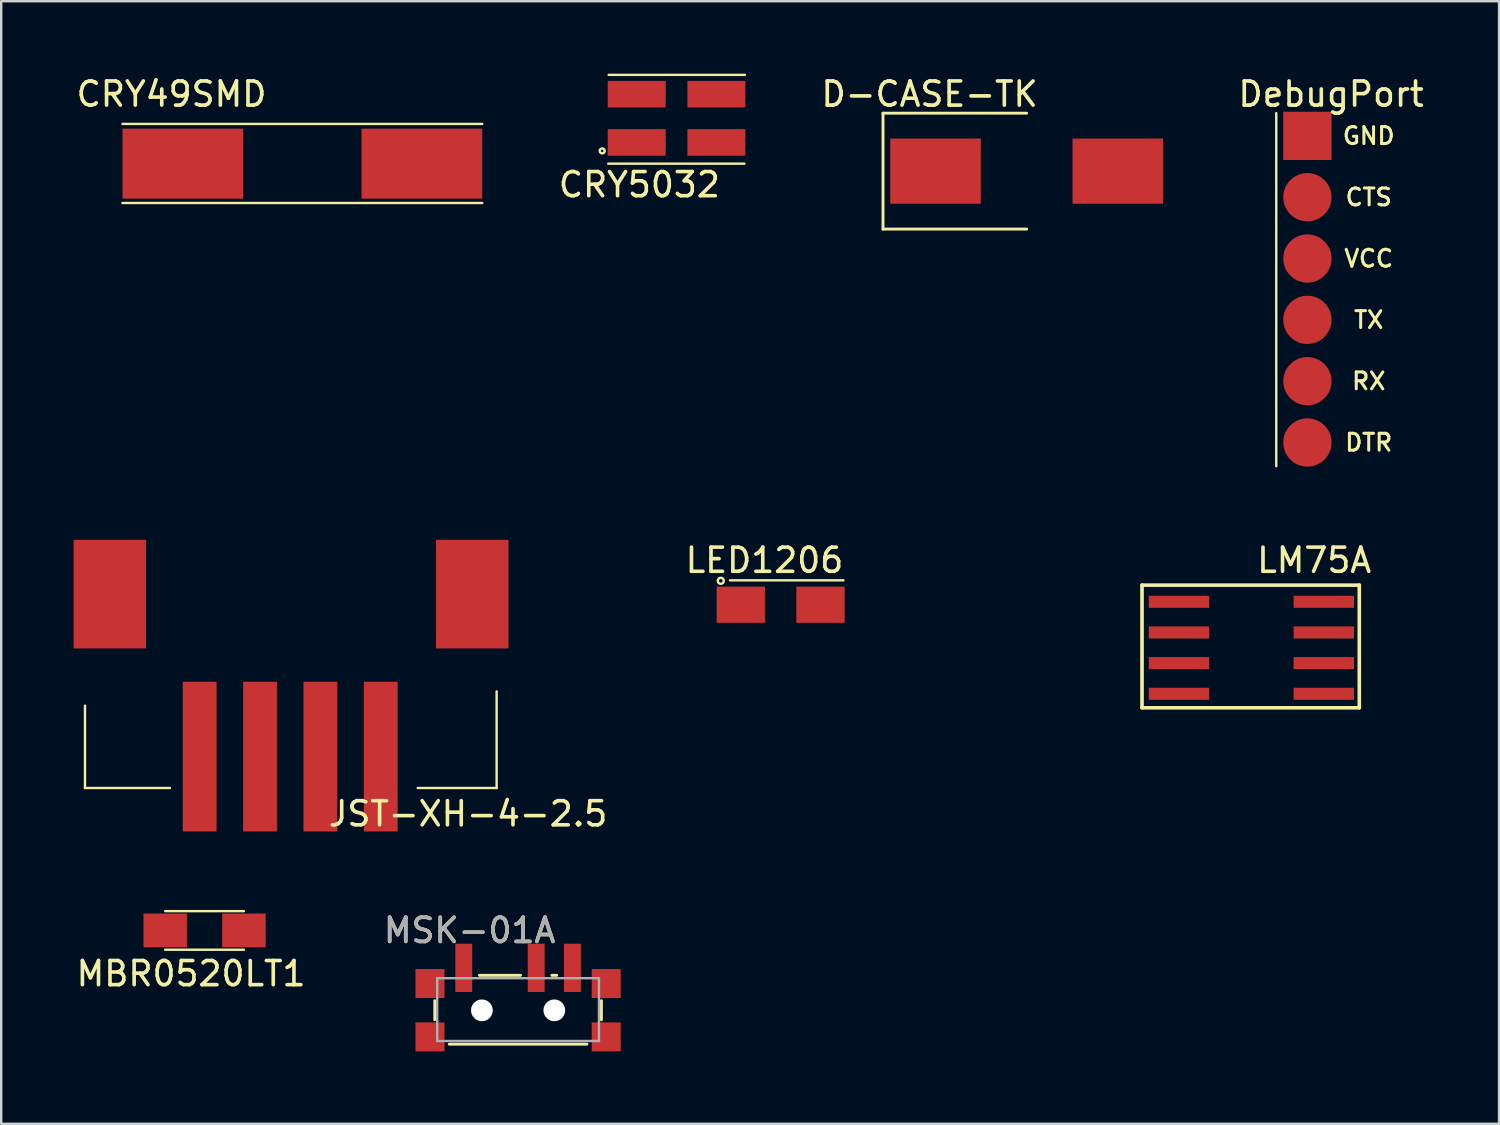
<source format=kicad_pcb>
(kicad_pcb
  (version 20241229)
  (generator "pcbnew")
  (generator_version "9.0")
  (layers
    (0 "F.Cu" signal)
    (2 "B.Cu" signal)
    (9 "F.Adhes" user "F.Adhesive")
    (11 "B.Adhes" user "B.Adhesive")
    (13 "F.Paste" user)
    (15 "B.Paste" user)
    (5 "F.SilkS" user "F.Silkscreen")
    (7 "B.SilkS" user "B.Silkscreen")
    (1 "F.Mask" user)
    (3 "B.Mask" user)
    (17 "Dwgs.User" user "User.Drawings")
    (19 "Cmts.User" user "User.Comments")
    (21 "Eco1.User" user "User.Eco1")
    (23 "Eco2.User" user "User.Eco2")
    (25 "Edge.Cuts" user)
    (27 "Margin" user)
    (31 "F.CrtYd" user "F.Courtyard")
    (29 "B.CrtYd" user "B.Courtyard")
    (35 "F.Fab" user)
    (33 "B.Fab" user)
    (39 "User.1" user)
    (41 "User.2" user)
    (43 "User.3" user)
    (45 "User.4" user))
  (footprint "MSK-01A"
    (layer "F.Cu")
    (at 18.409 38.467)
    (property "Reference" "MSK-01A" (at -2.01 -2.98 0) (layer "F.SilkS") (effects (font (size 1 1) (thickness 0.15))))
    (attr smd)
    (fp_line (start -3.45 -0.07) (end -3.45 0.72) (stroke (width 0.12) (type solid)) (layer "F.SilkS"))
    (fp_line (start -2.85 1.73) (end 2.85 1.73) (stroke (width 0.12) (type solid)) (layer "F.SilkS"))
    (fp_line (start -1.6 -1.12) (end 0.1 -1.12) (stroke (width 0.12) (type solid)) (layer "F.SilkS"))
    (fp_line (start 1.4 -1.12) (end 1.6 -1.12) (stroke (width 0.12) (type solid)) (layer "F.SilkS"))
    (fp_line (start 3.45 0.72) (end 3.45 -0.07) (stroke (width 0.12) (type solid)) (layer "F.SilkS"))
    (fp_line (start -3.35 -1) (end -3.35 1.6) (stroke (width 0.1) (type solid)) (layer "F.Fab"))
    (fp_line (start -3.35 1.6) (end 3.35 1.6) (stroke (width 0.1) (type solid)) (layer "F.Fab"))
    (fp_line (start 3.35 -1) (end -3.35 -1) (stroke (width 0.1) (type solid)) (layer "F.Fab"))
    (fp_line (start 3.35 1.6) (end 3.35 -1) (stroke (width 0.1) (type solid)) (layer "F.Fab"))
    (fp_text user "${REFERENCE}" (at -2.01 -2.98 0) (layer "F.Fab") (effects (font (size 1 1) (thickness 0.15))))
    (pad "" smd rect (at -3.65 -0.78) (size 1.2 1.2) (layers "F.Cu" "F.Mask" "F.Paste"))
    (pad "" smd rect (at -3.65 1.43) (size 1.2 1.2) (layers "F.Cu" "F.Mask" "F.Paste"))
    (pad "" np_thru_hole circle (at -1.5 0.33) (size 0.9 0.9) (drill 0.9) (layers "*.Cu" "*.Mask"))
    (pad "" np_thru_hole circle (at 1.5 0.33) (size 0.9 0.9) (drill 0.9) (layers "*.Cu" "*.Mask"))
    (pad "" smd rect (at 3.65 -0.78) (size 1.2 1.2) (layers "F.Cu" "F.Mask" "F.Paste"))
    (pad "" smd rect (at 3.65 1.43) (size 1.2 1.2) (layers "F.Cu" "F.Mask" "F.Paste"))
    (pad "1" smd rect (at -2.25 -1.43) (size 0.7 2) (layers "F.Cu" "F.Mask" "F.Paste"))
    (pad "2" smd rect (at 0.75 -1.43) (size 0.7 2) (layers "F.Cu" "F.Mask" "F.Paste"))
    (pad "3" smd rect (at 2.25 -1.43) (size 0.7 2) (layers "F.Cu" "F.Mask" "F.Paste")))
  (footprint "CRY49SMD"
    (layer "F.Cu")
    (at 2.024 5.178)
    (property "Reference" "CRY49SMD" (at 2.03 -4.33 0) (layer "F.SilkS") (effects (font (size 1 1) (thickness 0.15))))
    (attr through_hole)
    (fp_line (start 0 -3.095) (end 14.9 -3.095) (stroke (width 0.1) (type solid)) (layer "F.SilkS"))
    (fp_line (start 0 0.18) (end 14.9 0.18) (stroke (width 0.1) (type solid)) (layer "F.SilkS"))
    (pad "1" smd rect (at 2.5 -1.45) (size 5 2.9) (layers "F.Cu" "F.Mask" "F.Paste"))
    (pad "2" smd rect (at 12.4 -1.45) (size 5 2.9) (layers "F.Cu" "F.Mask" "F.Paste")))
  (footprint "MBR0520LT1"
    (layer "F.Cu")
    (at 2.903 36.218)
    (property "Reference" "MBR0520LT1" (at 1.96 1.06 0) (layer "F.SilkS") (effects (font (size 1 1) (thickness 0.15))))
    (attr through_hole)
    (fp_line (start 0.89 -1.53) (end 4.15 -1.53) (stroke (width 0.1) (type solid)) (layer "F.SilkS"))
    (fp_line (start 4.15 0.07) (end 0.89 0.07) (stroke (width 0.1) (type solid)) (layer "F.SilkS"))
    (pad "1" smd rect (at 0.89 -0.73) (size 1.8 1.4) (layers "F.Cu" "F.Mask" "F.Paste"))
    (pad "2" smd rect (at 4.15 -0.73) (size 1.8 1.4) (layers "F.Cu" "F.Mask" "F.Paste")))
  (footprint "LM75A"
    (layer "F.Cu")
    (at 35.251 28.806)
    (property "Reference" "LM75A" (at 16.13 -8.65 0) (layer "F.SilkS") (effects (font (size 1 1) (thickness 0.15))))
    (attr through_hole)
    (fp_line (start 9 -7.62) (end 9 -2.54) (stroke (width 0.15) (type solid)) (layer "F.SilkS"))
    (fp_line (start 9 -2.54) (end 18 -2.54) (stroke (width 0.15) (type solid)) (layer "F.SilkS"))
    (fp_line (start 18 -7.62) (end 9 -7.62) (stroke (width 0.15) (type solid)) (layer "F.SilkS"))
    (fp_line (start 18 -2.54) (end 18 -7.62) (stroke (width 0.15) (type solid)) (layer "F.SilkS"))
    (pad "1" smd rect (at 10.53 -6.93) (size 2.5 0.5) (layers "F.Cu" "F.Mask" "F.Paste"))
    (pad "2" smd rect (at 10.53 -5.66) (size 2.5 0.5) (layers "F.Cu" "F.Mask" "F.Paste"))
    (pad "3" smd rect (at 10.53 -4.39) (size 2.5 0.5) (layers "F.Cu" "F.Mask" "F.Paste"))
    (pad "4" smd rect (at 10.53 -3.12) (size 2.5 0.5) (layers "F.Cu" "F.Mask" "F.Paste"))
    (pad "5" smd rect (at 16.53 -3.12) (size 2.5 0.5) (layers "F.Cu" "F.Mask" "F.Paste"))
    (pad "6" smd rect (at 16.53 -4.39) (size 2.5 0.5) (layers "F.Cu" "F.Mask" "F.Paste"))
    (pad "7" smd rect (at 16.53 -5.66) (size 2.5 0.5) (layers "F.Cu" "F.Mask" "F.Paste"))
    (pad "8" smd rect (at 16.53 -6.93) (size 2.5 0.5) (layers "F.Cu" "F.Mask" "F.Paste")))
  (footprint "LED1206"
    (layer "F.Cu")
    (at 29.284 21.997)
    (property "Reference" "LED1206" (at -0.67 -1.84 0) (layer "F.SilkS") (effects (font (size 1 1) (thickness 0.15))))
    (attr smd)
    (fp_line (start -2.1 -1.01) (end 2.6 -1.01) (stroke (width 0.1) (type solid)) (layer "F.SilkS"))
    (fp_circle (center -2.48 -0.99) (end -2.37 -0.93) (stroke (width 0.1) (type solid)) (fill no) (layer "F.SilkS"))
    (pad "1" smd rect (at -1.65 0 180) (size 2 1.5) (layers "F.Cu" "F.Mask" "F.Paste"))
    (pad "2" smd rect (at 1.65 0 180) (size 2 1.5) (layers "F.Cu" "F.Mask" "F.Paste")))
  (footprint "D-CASE-TK"
    (layer "F.Cu")
    (at 39.473 4.038)
    (property "Reference" "D-CASE-TK" (at -4.02 -3.19 0) (layer "F.SilkS") (effects (font (size 1 1) (thickness 0.15))))
    (attr smd)
    (fp_line (start -5.95 -2.4) (end -5.95 2.4) (stroke (width 0.12) (type solid)) (layer "F.SilkS"))
    (fp_line (start -5.95 -2.4) (end 0 -2.4) (stroke (width 0.12) (type solid)) (layer "F.SilkS"))
    (fp_line (start -5.95 2.4) (end 0 2.4) (stroke (width 0.12) (type solid)) (layer "F.SilkS"))
    (pad "1" smd rect (at -3.775 0) (size 3.75 2.7) (layers "F.Cu" "F.Mask" "F.Paste"))
    (pad "2" smd rect (at 3.775 0) (size 3.75 2.7) (layers "F.Cu" "F.Mask" "F.Paste")))
  (footprint "CRY5032"
    (layer "F.Cu")
    (at 22.122 3.4)
    (property "Reference" "CRY5032" (at 1.31 1.2 0) (layer "F.SilkS") (effects (font (size 1 1) (thickness 0.15))))
    (attr through_hole)
    (fp_line (start 0.02 0.33) (end 5.66 0.33) (stroke (width 0.1) (type solid)) (layer "F.SilkS"))
    (fp_line (start 0.04 -3.35) (end 5.68 -3.35) (stroke (width 0.1) (type solid)) (layer "F.SilkS"))
    (fp_circle (center -0.23 -0.2) (end -0.14 -0.15) (stroke (width 0.1) (type solid)) (fill no) (layer "F.SilkS"))
    (pad "1" smd rect (at 1.2 -0.55) (size 2.4 1.1) (layers "F.Cu" "F.Mask" "F.Paste"))
    (pad "2" smd rect (at 4.5 -0.55) (size 2.4 1.1) (layers "F.Cu" "F.Mask" "F.Paste"))
    (pad "3" smd rect (at 4.5 -2.55) (size 2.4 1.1) (layers "F.Cu" "F.Mask" "F.Paste"))
    (pad "4" smd rect (at 1.2 -2.55) (size 2.4 1.1) (layers "F.Cu" "F.Mask" "F.Paste")))
  (footprint "JST-XH-4-2.5"
    (layer "F.Cu")
    (at 4.52 31.388)
    (property "Reference" "JST-XH-4-2.5" (at 11.82 -0.73 0) (layer "F.SilkS") (effects (font (size 1 1) (thickness 0.15))))
    (attr through_hole)
    (fp_line (start -4.05 -1.8) (end -4.05 -5.21) (stroke (width 0.1) (type solid)) (layer "F.SilkS"))
    (fp_line (start -0.53 -1.8) (end -4.05 -1.8) (stroke (width 0.1) (type solid)) (layer "F.SilkS"))
    (fp_line (start 9.73 -1.8) (end 13 -1.8) (stroke (width 0.1) (type solid)) (layer "F.SilkS"))
    (fp_line (start 13 -1.8) (end 13 -5.8) (stroke (width 0.1) (type solid)) (layer "F.SilkS"))
    (pad "" smd rect (at -3.02 -9.83) (size 3 4.5) (layers "F.Cu" "F.Mask" "F.Paste"))
    (pad "" smd rect (at 11.99 -9.83) (size 3 4.5) (layers "F.Cu" "F.Mask" "F.Paste"))
    (pad "1" smd rect (at 0.7 -3.1) (size 1.4 6.2) (layers "F.Cu" "F.Mask" "F.Paste"))
    (pad "2" smd rect (at 3.2 -3.1) (size 1.4 6.2) (layers "F.Cu" "F.Mask" "F.Paste"))
    (pad "3" smd rect (at 5.7 -3.1) (size 1.4 6.2) (layers "F.Cu" "F.Mask" "F.Paste"))
    (pad "4" smd rect (at 8.2 -3.1) (size 1.4 6.2) (layers "F.Cu" "F.Mask" "F.Paste")))
  (footprint "DebugPort"
    (layer "F.Cu")
    (at 51.101 15.288)
    (property "Reference" "DebugPort" (at 0.98 -14.44 0) (layer "F.SilkS") (effects (font (size 1 1) (thickness 0.15))))
    (attr through_hole)
    (fp_line (start -1.29 -13.65) (end -1.29 0.97) (stroke (width 0.1) (type solid)) (layer "F.SilkS"))
    (fp_text user "TX" (at 2.54 -5.09 0) (layer "F.SilkS") (effects (font (size 0.7 0.7) (thickness 0.125))))
    (fp_text user "VCC" (at 2.54 -7.63 0) (layer "F.SilkS") (effects (font (size 0.7 0.7) (thickness 0.125))))
    (fp_text user "CTS" (at 2.54 -10.17 0) (layer "F.SilkS") (effects (font (size 0.7 0.7) (thickness 0.125))))
    (fp_text user "RX" (at 2.54 -2.55 0) (layer "F.SilkS") (effects (font (size 0.7 0.7) (thickness 0.125))))
    (fp_text user "DTR" (at 2.54 -0.01 0) (layer "F.SilkS") (effects (font (size 0.7 0.7) (thickness 0.125))))
    (fp_text user "GND" (at 2.54 -12.71 0) (layer "F.SilkS") (effects (font (size 0.7 0.7) (thickness 0.125))))
    (pad "1" smd rect (at 0 -12.71) (size 2 2) (layers "F.Cu" "F.Mask" "F.Paste"))
    (pad "2" smd oval (at 0 -10.17) (size 2 2) (layers "F.Cu" "F.Mask" "F.Paste"))
    (pad "3" smd oval (at 0 -7.63) (size 2 2) (layers "F.Cu" "F.Mask" "F.Paste"))
    (pad "4" smd oval (at 0 -5.09) (size 2 2) (layers "F.Cu" "F.Mask" "F.Paste"))
    (pad "5" smd oval (at 0 -2.55) (size 2 2) (layers "F.Cu" "F.Mask" "F.Paste"))
    (pad "6" smd oval (at 0 -0.01) (size 2 2) (layers "F.Cu" "F.Mask" "F.Paste")))
  (gr_rect
    (start -3 -3)
    (end 59.04 43.496)
    (stroke (width 0.1) (type default))
    (fill no)
    (layer "Edge.Cuts")))
</source>
